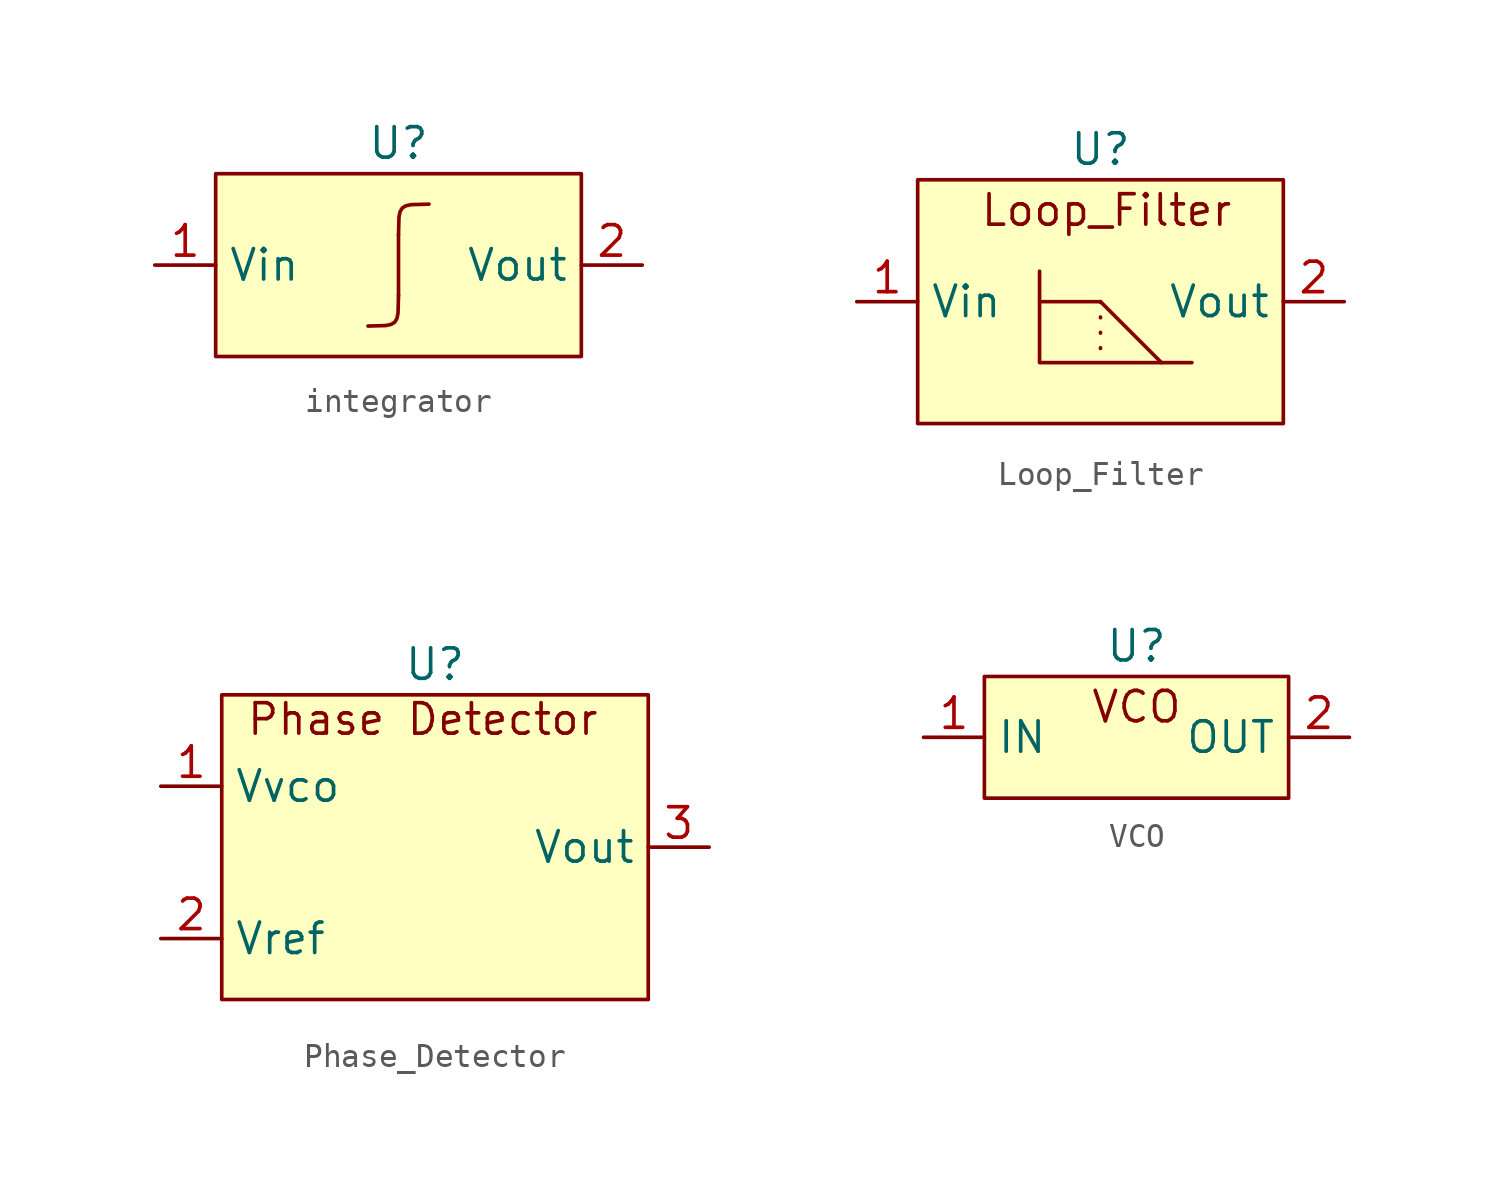
<source format=kicad_sym>
(kicad_symbol_lib
  (version 20241209)
  (generator "kicad_symbol_editor")
  (generator_version "9.0")
  (symbol "integrator"
    (property "Reference" "U"
      (at 0 0 0)
      (effects (font (size 1.27 1.27))))
    (property "Value" ""
      (at 0 0 0)
      (effects (font (size 1.27 1.27))))
    (symbol "integrator_1_1"
      (rectangle (start -7.62 -1.27) (end 7.62 -8.89) (stroke (width 0) (type default)) (fill (type background)))
      (bezier (pts (xy 0 -3.81) (xy 0 -2.54) (xy 0 -2.54) (xy 1.27 -2.54)) (stroke (width 0) (type default)) (fill (type none)))
      (bezier (pts (xy 0 -6.35) (xy 0 -7.62) (xy 0 -7.62) (xy -1.27 -7.62)) (stroke (width 0) (type default)) (fill (type none)))
      (bezier (pts (xy 0 -6.35) (xy 0 -3.81) (xy 0 -3.81) (xy 0 -3.81)) (stroke (width 0) (type default)) (fill (type none)))
      (bezier (pts (xy 0 -6.35) (xy 0 -6.35) (xy 0 -6.35) (xy 0 -6.35)) (stroke (width 0) (type default)) (fill (type none)))
      (pin input line (at -10.16 -5.08 0) (length 2.54) (name "Vin" (effects (font (size 1.27 1.27)))) (number "1" (effects (font (size 1.27 1.27)))))
      (pin output line (at 10.16 -5.08 180) (length 2.54) (name "Vout" (effects (font (size 1.27 1.27)))) (number "2" (effects (font (size 1.27 1.27)))))))
  (symbol "Loop_Filter"
    (property "Reference" "U"
      (at 0 0 0)
      (effects (font (size 1.27 1.27))))
    (property "Value" ""
      (at 0 0 0)
      (effects (font (size 1.27 1.27))))
    (symbol "Loop_Filter_0_1"
      (rectangle (start -7.62 -1.27) (end 7.62 -11.43) (stroke (width 0) (type default)) (fill (type background)))
      (polyline (pts (xy -2.54 -6.35) (xy 0 -6.35) (xy 2.54 -8.89)) (stroke (width 0) (type default)) (fill (type none))))
    (symbol "Loop_Filter_1_1"
      (polyline (pts (xy -2.54 -5.08) (xy -2.54 -8.89) (xy 3.81 -8.89)) (stroke (width 0) (type solid)) (fill (type none)))
      (polyline (pts (xy 0 -6.35) (xy 0 -8.89)) (stroke (width 0) (type dot)) (fill (type none)))
      (text "Loop_Filter" (at 0.254 -2.54 0) (effects (font (size 1.27 1.27))))
      (pin input line (at -10.16 -6.35 0) (length 2.54) (name "Vin" (effects (font (size 1.27 1.27)))) (number "1" (effects (font (size 1.27 1.27)))))
      (pin output line (at 10.16 -6.35 180) (length 2.54) (name "Vout" (effects (font (size 1.27 1.27)))) (number "2" (effects (font (size 1.27 1.27)))))))
  (symbol "Phase_Detector"
    (property "Reference" "U"
      (at 0 0 0)
      (effects (font (size 1.27 1.27))))
    (property "Value" ""
      (at 0 0 0)
      (effects (font (size 1.27 1.27))))
    (symbol "Phase_Detector_0_1"
      (rectangle (start -8.89 -1.27) (end 8.89 -13.97) (stroke (width 0) (type default)) (fill (type background))))
    (symbol "Phase_Detector_1_1"
      (text "Phase Detector" (at -0.508 -2.286 0) (effects (font (size 1.27 1.27))))
      (pin input line (at -11.43 -5.08 0) (length 2.54) (name "Vvco" (effects (font (size 1.27 1.27)))) (number "1" (effects (font (size 1.27 1.27)))))
      (pin input line (at -11.43 -11.43 0) (length 2.54) (name "Vref" (effects (font (size 1.27 1.27)))) (number "2" (effects (font (size 1.27 1.27)))))
      (pin output line (at 11.43 -7.62 180) (length 2.54) (name "Vout" (effects (font (size 1.27 1.27)))) (number "3" (effects (font (size 1.27 1.27)))))))
  (symbol "VCO"
    (property "Reference" "U"
      (at 0 0 0)
      (effects (font (size 1.27 1.27))))
    (property "Value" ""
      (at 0 0 0)
      (effects (font (size 1.27 1.27))))
    (symbol "VCO_1_1"
      (rectangle (start -6.35 -1.27) (end 6.35 -6.35) (stroke (width 0) (type default)) (fill (type background)))
      (text "VCO" (at 0 -2.54 0) (effects (font (size 1.27 1.27))))
      (pin input line (at -8.89 -3.81 0) (length 2.54) (name "IN" (effects (font (size 1.27 1.27)))) (number "1" (effects (font (size 1.27 1.27)))))
      (pin output line (at 8.89 -3.81 180) (length 2.54) (name "OUT" (effects (font (size 1.27 1.27)))) (number "2" (effects (font (size 1.27 1.27))))))))
</source>
